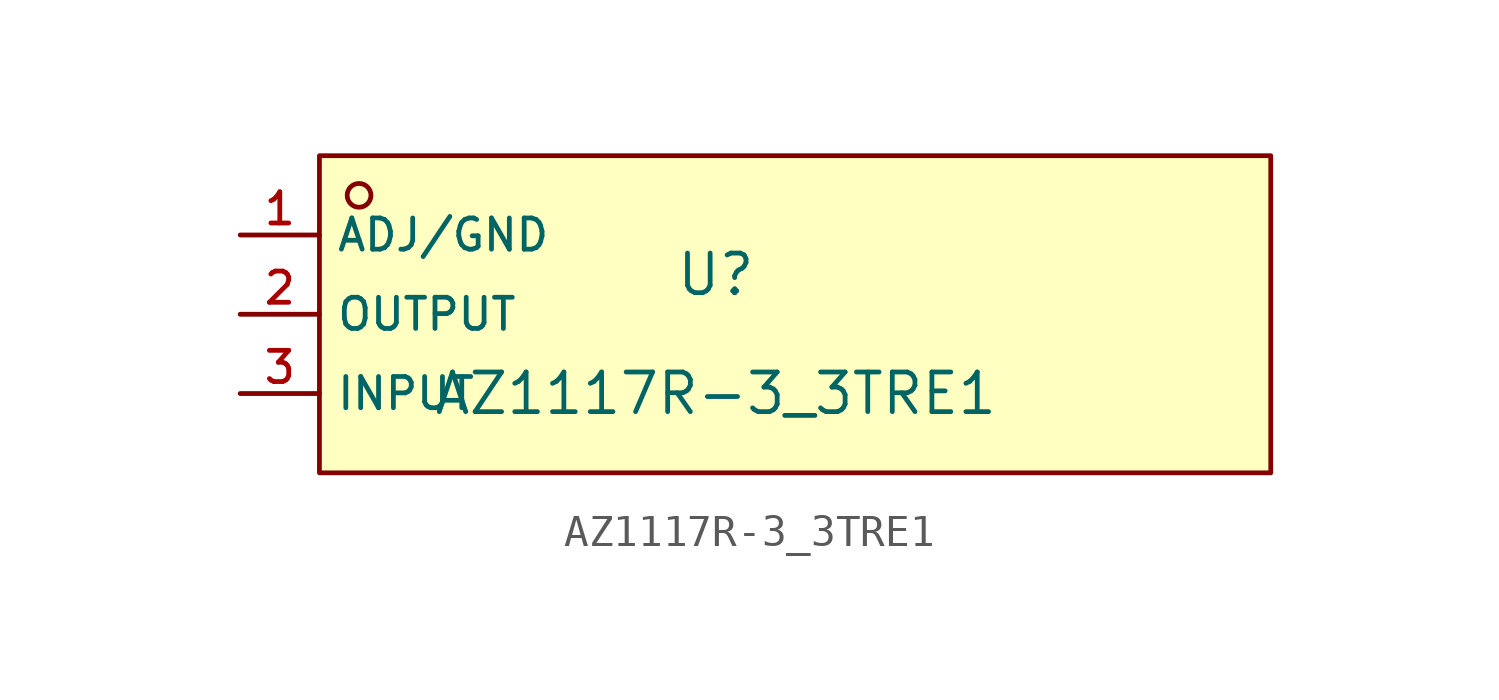
<source format=kicad_sym>
(kicad_symbol_lib
  (version 20220914)
  (generator kicad_symbol_editor)
  (symbol "AZ1117R-3_3TRE1"
    (property "Reference" "U"
      (at 0 1.27 0)
      (effects (font (size 1.27 1.27))))
    (property "Value" "AZ1117R-3_3TRE1"
      (at 0 -2.54 0)
      (effects (font (size 1.27 1.27))))
    (symbol "AZ1117R-3_3TRE1_0_1"
      (rectangle (start -12.7 5.08) (end 17.78 -5.08) (stroke (width 0) (type default)) (fill (type background)))
      (circle (center -11.43 3.81) (radius 0.381) (stroke (width 0) (type default)) (fill (type background))))
    (symbol "AZ1117R-3_3TRE1_1_1"
      (pin power_out line (at -15.24 2.54 0) (length 2.54) (name "ADJ/GND" (effects (font (size 1 1)))) (number "1" (effects (font (size 1 1)))))
      (pin power_out line (at -15.24 0 0) (length 2.54) (name "OUTPUT" (effects (font (size 1 1)))) (number "2" (effects (font (size 1 1)))))
      (pin power_in line (at -15.24 -2.54 0) (length 2.54) (name "INPUT" (effects (font (size 1 1)))) (number "3" (effects (font (size 1 1))))))))
</source>
